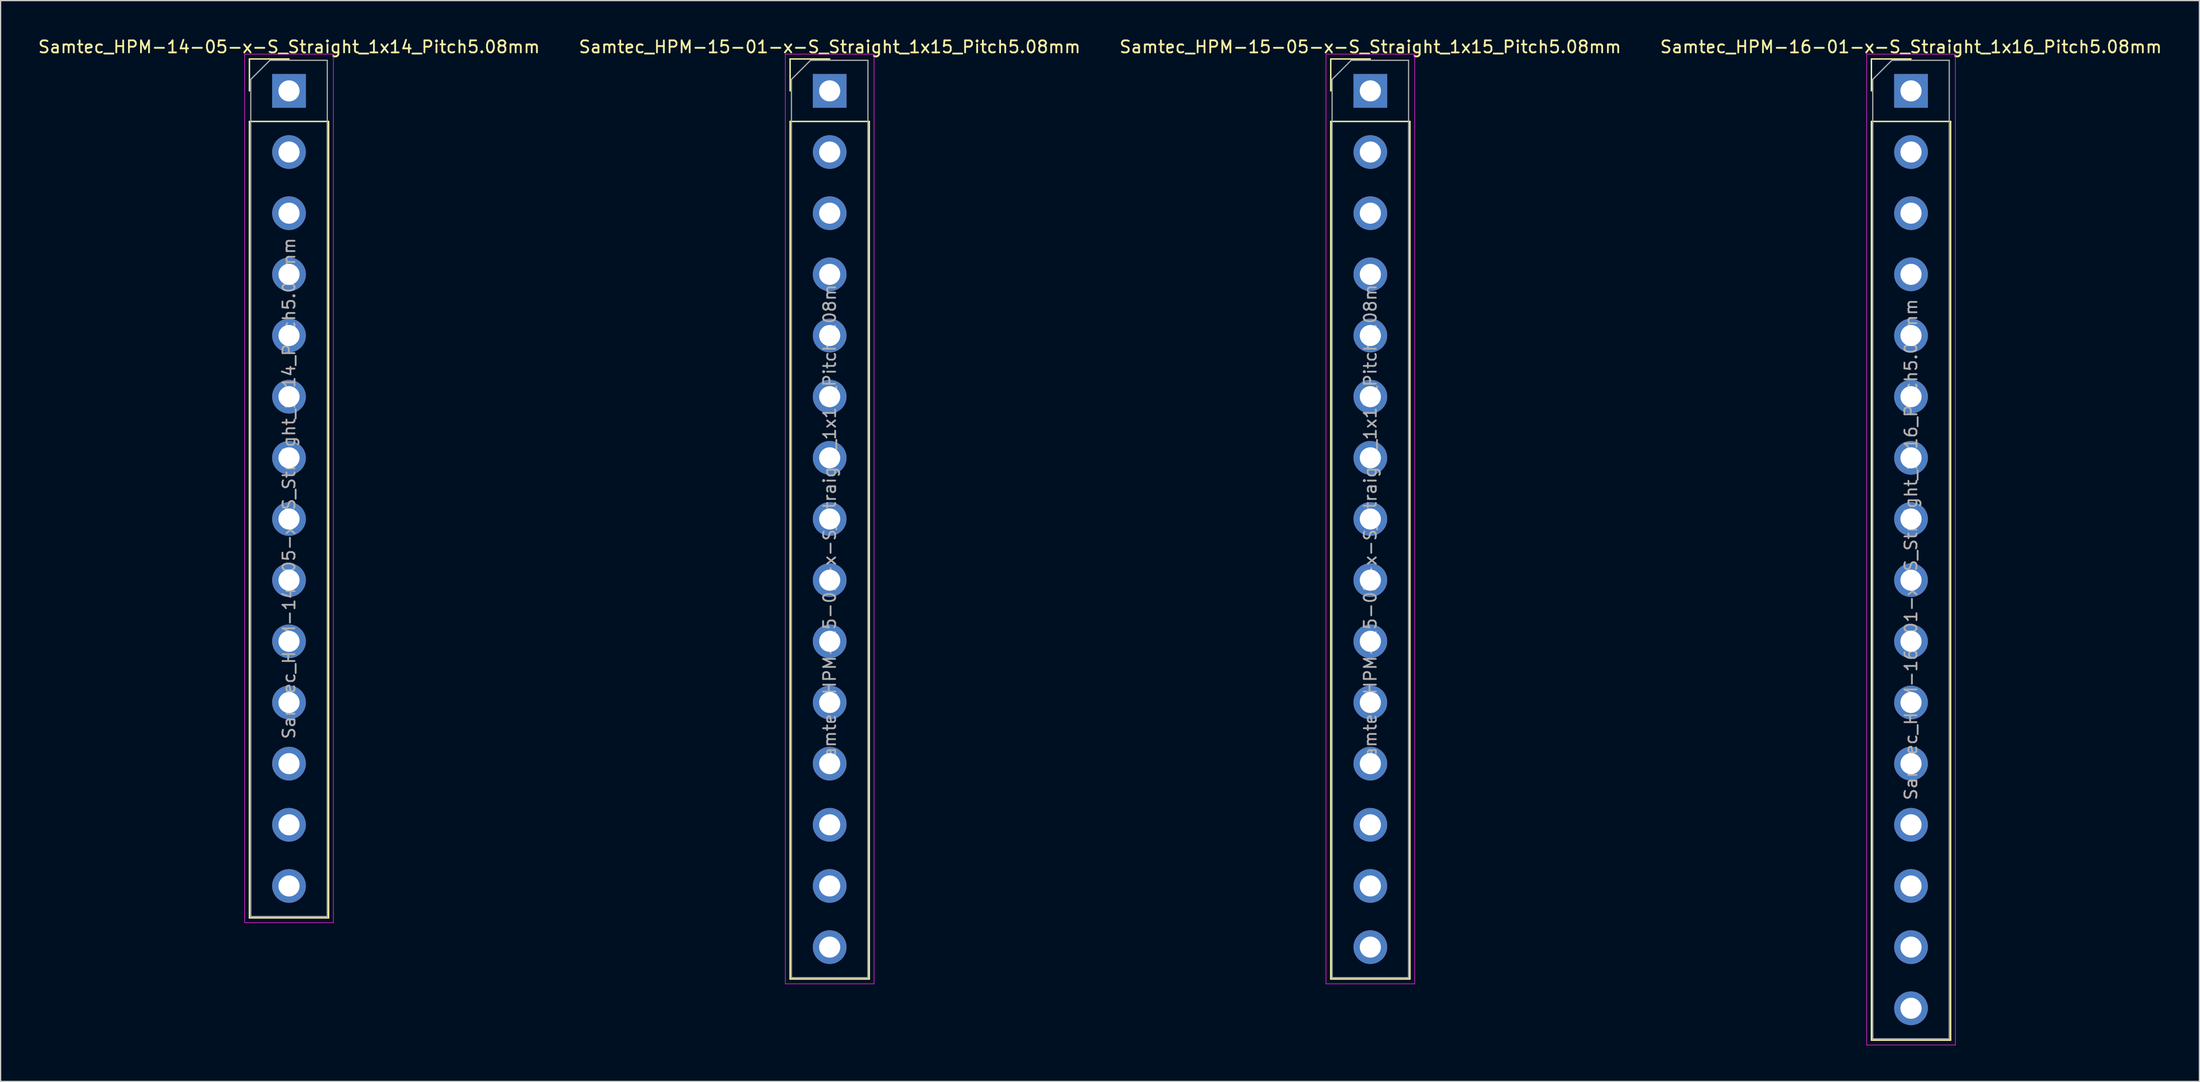
<source format=kicad_pcb>
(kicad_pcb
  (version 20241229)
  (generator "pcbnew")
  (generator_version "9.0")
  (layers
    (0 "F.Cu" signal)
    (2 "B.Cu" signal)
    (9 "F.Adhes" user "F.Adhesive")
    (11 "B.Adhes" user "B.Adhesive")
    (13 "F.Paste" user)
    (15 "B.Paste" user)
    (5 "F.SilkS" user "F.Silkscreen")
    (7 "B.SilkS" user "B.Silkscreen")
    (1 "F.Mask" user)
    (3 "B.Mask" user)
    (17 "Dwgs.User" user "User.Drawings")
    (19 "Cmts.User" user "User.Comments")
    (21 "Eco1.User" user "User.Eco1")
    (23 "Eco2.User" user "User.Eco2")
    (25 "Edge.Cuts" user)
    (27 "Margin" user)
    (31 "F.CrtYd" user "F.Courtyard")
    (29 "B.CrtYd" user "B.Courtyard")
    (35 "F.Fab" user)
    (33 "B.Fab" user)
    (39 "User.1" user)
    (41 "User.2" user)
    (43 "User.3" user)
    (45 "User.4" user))
  (footprint "Samtec_HPM-15-01-x-S_Straight_1x15_Pitch5.08mm"
    (layer "F.Cu")
    (at 65.804 4.498)
    (property "Reference" "Samtec_HPM-15-01-x-S_Straight_1x15_Pitch5.08mm" (at 0 -3.65 0) (layer "F.SilkS") (effects (font (size 1 1) (thickness 0.15))))
    (attr through_hole)
    (fp_line (start -3.285 -2.65) (end 0 -2.65) (stroke (width 0.12) (type solid)) (layer "F.SilkS"))
    (fp_line (start -3.285 0) (end -3.285 -2.65) (stroke (width 0.12) (type solid)) (layer "F.SilkS"))
    (fp_line (start -3.285 2.54) (end -3.285 73.77) (stroke (width 0.12) (type solid)) (layer "F.SilkS"))
    (fp_line (start -3.285 2.54) (end 3.285 2.54) (stroke (width 0.12) (type solid)) (layer "F.SilkS"))
    (fp_line (start -3.285 73.77) (end 3.285 73.77) (stroke (width 0.12) (type solid)) (layer "F.SilkS"))
    (fp_line (start 3.285 2.54) (end 3.285 73.77) (stroke (width 0.12) (type solid)) (layer "F.SilkS"))
    (fp_line (start -3.68 -3.05) (end -3.68 74.17) (stroke (width 0.05) (type solid)) (layer "F.CrtYd"))
    (fp_line (start -3.68 74.17) (end 3.68 74.17) (stroke (width 0.05) (type solid)) (layer "F.CrtYd"))
    (fp_line (start 3.68 -3.05) (end -3.68 -3.05) (stroke (width 0.05) (type solid)) (layer "F.CrtYd"))
    (fp_line (start 3.68 74.17) (end 3.68 -3.05) (stroke (width 0.05) (type solid)) (layer "F.CrtYd"))
    (fp_line (start -3.175 -0.953) (end -1.587 -2.54) (stroke (width 0.1) (type solid)) (layer "F.Fab"))
    (fp_line (start -3.175 73.66) (end -3.175 -0.953) (stroke (width 0.1) (type solid)) (layer "F.Fab"))
    (fp_line (start -1.587 -2.54) (end 3.175 -2.54) (stroke (width 0.1) (type solid)) (layer "F.Fab"))
    (fp_line (start 3.175 -2.54) (end 3.175 73.66) (stroke (width 0.1) (type solid)) (layer "F.Fab"))
    (fp_line (start 3.175 73.66) (end -3.175 73.66) (stroke (width 0.1) (type solid)) (layer "F.Fab"))
    (fp_text user "${REFERENCE}" (at 0 35.56 90) (layer "F.Fab") (effects (font (size 1 1) (thickness 0.15))))
    (pad "1" thru_hole rect (at 0 0) (size 2.8 2.8) (drill 1.75) (layers "*.Cu" "*.Mask"))
    (pad "2" thru_hole circle (at 0 5.08) (size 2.8 2.8) (drill 1.75) (layers "*.Cu" "*.Mask"))
    (pad "3" thru_hole circle (at 0 10.16) (size 2.8 2.8) (drill 1.75) (layers "*.Cu" "*.Mask"))
    (pad "4" thru_hole circle (at 0 15.24) (size 2.8 2.8) (drill 1.75) (layers "*.Cu" "*.Mask"))
    (pad "5" thru_hole circle (at 0 20.32) (size 2.8 2.8) (drill 1.75) (layers "*.Cu" "*.Mask"))
    (pad "6" thru_hole circle (at 0 25.4) (size 2.8 2.8) (drill 1.75) (layers "*.Cu" "*.Mask"))
    (pad "7" thru_hole circle (at 0 30.48) (size 2.8 2.8) (drill 1.75) (layers "*.Cu" "*.Mask"))
    (pad "8" thru_hole circle (at 0 35.56) (size 2.8 2.8) (drill 1.75) (layers "*.Cu" "*.Mask"))
    (pad "9" thru_hole circle (at 0 40.64) (size 2.8 2.8) (drill 1.75) (layers "*.Cu" "*.Mask"))
    (pad "10" thru_hole circle (at 0 45.72) (size 2.8 2.8) (drill 1.75) (layers "*.Cu" "*.Mask"))
    (pad "11" thru_hole circle (at 0 50.8) (size 2.8 2.8) (drill 1.75) (layers "*.Cu" "*.Mask"))
    (pad "12" thru_hole circle (at 0 55.88) (size 2.8 2.8) (drill 1.75) (layers "*.Cu" "*.Mask"))
    (pad "13" thru_hole circle (at 0 60.96) (size 2.8 2.8) (drill 1.75) (layers "*.Cu" "*.Mask"))
    (pad "14" thru_hole circle (at 0 66.04) (size 2.8 2.8) (drill 1.75) (layers "*.Cu" "*.Mask"))
    (pad "15" thru_hole circle (at 0 71.12) (size 2.8 2.8) (drill 1.75) (layers "*.Cu" "*.Mask")))
  (footprint "Samtec_HPM-16-01-x-S_Straight_1x16_Pitch5.08mm"
    (layer "F.Cu")
    (at 155.542 4.498)
    (property "Reference" "Samtec_HPM-16-01-x-S_Straight_1x16_Pitch5.08mm" (at 0 -3.65 0) (layer "F.SilkS") (effects (font (size 1 1) (thickness 0.15))))
    (attr through_hole)
    (fp_line (start -3.285 -2.65) (end 0 -2.65) (stroke (width 0.12) (type solid)) (layer "F.SilkS"))
    (fp_line (start -3.285 0) (end -3.285 -2.65) (stroke (width 0.12) (type solid)) (layer "F.SilkS"))
    (fp_line (start -3.285 2.54) (end -3.285 78.85) (stroke (width 0.12) (type solid)) (layer "F.SilkS"))
    (fp_line (start -3.285 2.54) (end 3.285 2.54) (stroke (width 0.12) (type solid)) (layer "F.SilkS"))
    (fp_line (start -3.285 78.85) (end 3.285 78.85) (stroke (width 0.12) (type solid)) (layer "F.SilkS"))
    (fp_line (start 3.285 2.54) (end 3.285 78.85) (stroke (width 0.12) (type solid)) (layer "F.SilkS"))
    (fp_line (start -3.68 -3.05) (end -3.68 79.25) (stroke (width 0.05) (type solid)) (layer "F.CrtYd"))
    (fp_line (start -3.68 79.25) (end 3.68 79.25) (stroke (width 0.05) (type solid)) (layer "F.CrtYd"))
    (fp_line (start 3.68 -3.05) (end -3.68 -3.05) (stroke (width 0.05) (type solid)) (layer "F.CrtYd"))
    (fp_line (start 3.68 79.25) (end 3.68 -3.05) (stroke (width 0.05) (type solid)) (layer "F.CrtYd"))
    (fp_line (start -3.175 -0.953) (end -1.587 -2.54) (stroke (width 0.1) (type solid)) (layer "F.Fab"))
    (fp_line (start -3.175 78.74) (end -3.175 -0.953) (stroke (width 0.1) (type solid)) (layer "F.Fab"))
    (fp_line (start -1.587 -2.54) (end 3.175 -2.54) (stroke (width 0.1) (type solid)) (layer "F.Fab"))
    (fp_line (start 3.175 -2.54) (end 3.175 78.74) (stroke (width 0.1) (type solid)) (layer "F.Fab"))
    (fp_line (start 3.175 78.74) (end -3.175 78.74) (stroke (width 0.1) (type solid)) (layer "F.Fab"))
    (fp_text user "${REFERENCE}" (at 0 38.1 90) (layer "F.Fab") (effects (font (size 1 1) (thickness 0.15))))
    (pad "1" thru_hole rect (at 0 0) (size 2.8 2.8) (drill 1.75) (layers "*.Cu" "*.Mask"))
    (pad "2" thru_hole circle (at 0 5.08) (size 2.8 2.8) (drill 1.75) (layers "*.Cu" "*.Mask"))
    (pad "3" thru_hole circle (at 0 10.16) (size 2.8 2.8) (drill 1.75) (layers "*.Cu" "*.Mask"))
    (pad "4" thru_hole circle (at 0 15.24) (size 2.8 2.8) (drill 1.75) (layers "*.Cu" "*.Mask"))
    (pad "5" thru_hole circle (at 0 20.32) (size 2.8 2.8) (drill 1.75) (layers "*.Cu" "*.Mask"))
    (pad "6" thru_hole circle (at 0 25.4) (size 2.8 2.8) (drill 1.75) (layers "*.Cu" "*.Mask"))
    (pad "7" thru_hole circle (at 0 30.48) (size 2.8 2.8) (drill 1.75) (layers "*.Cu" "*.Mask"))
    (pad "8" thru_hole circle (at 0 35.56) (size 2.8 2.8) (drill 1.75) (layers "*.Cu" "*.Mask"))
    (pad "9" thru_hole circle (at 0 40.64) (size 2.8 2.8) (drill 1.75) (layers "*.Cu" "*.Mask"))
    (pad "10" thru_hole circle (at 0 45.72) (size 2.8 2.8) (drill 1.75) (layers "*.Cu" "*.Mask"))
    (pad "11" thru_hole circle (at 0 50.8) (size 2.8 2.8) (drill 1.75) (layers "*.Cu" "*.Mask"))
    (pad "12" thru_hole circle (at 0 55.88) (size 2.8 2.8) (drill 1.75) (layers "*.Cu" "*.Mask"))
    (pad "13" thru_hole circle (at 0 60.96) (size 2.8 2.8) (drill 1.75) (layers "*.Cu" "*.Mask"))
    (pad "14" thru_hole circle (at 0 66.04) (size 2.8 2.8) (drill 1.75) (layers "*.Cu" "*.Mask"))
    (pad "15" thru_hole circle (at 0 71.12) (size 2.8 2.8) (drill 1.75) (layers "*.Cu" "*.Mask"))
    (pad "16" thru_hole circle (at 0 76.2) (size 2.8 2.8) (drill 1.75) (layers "*.Cu" "*.Mask")))
  (footprint "Samtec_HPM-15-05-x-S_Straight_1x15_Pitch5.08mm"
    (layer "F.Cu")
    (at 110.673 4.498)
    (property "Reference" "Samtec_HPM-15-05-x-S_Straight_1x15_Pitch5.08mm" (at 0 -3.65 0) (layer "F.SilkS") (effects (font (size 1 1) (thickness 0.15))))
    (attr through_hole)
    (fp_line (start -3.285 -2.65) (end 0 -2.65) (stroke (width 0.12) (type solid)) (layer "F.SilkS"))
    (fp_line (start -3.285 0) (end -3.285 -2.65) (stroke (width 0.12) (type solid)) (layer "F.SilkS"))
    (fp_line (start -3.285 2.54) (end -3.285 73.77) (stroke (width 0.12) (type solid)) (layer "F.SilkS"))
    (fp_line (start -3.285 2.54) (end 3.285 2.54) (stroke (width 0.12) (type solid)) (layer "F.SilkS"))
    (fp_line (start -3.285 73.77) (end 3.285 73.77) (stroke (width 0.12) (type solid)) (layer "F.SilkS"))
    (fp_line (start 3.285 2.54) (end 3.285 73.77) (stroke (width 0.12) (type solid)) (layer "F.SilkS"))
    (fp_line (start -3.68 -3.05) (end -3.68 74.17) (stroke (width 0.05) (type solid)) (layer "F.CrtYd"))
    (fp_line (start -3.68 74.17) (end 3.68 74.17) (stroke (width 0.05) (type solid)) (layer "F.CrtYd"))
    (fp_line (start 3.68 -3.05) (end -3.68 -3.05) (stroke (width 0.05) (type solid)) (layer "F.CrtYd"))
    (fp_line (start 3.68 74.17) (end 3.68 -3.05) (stroke (width 0.05) (type solid)) (layer "F.CrtYd"))
    (fp_line (start -3.175 -0.953) (end -1.587 -2.54) (stroke (width 0.1) (type solid)) (layer "F.Fab"))
    (fp_line (start -3.175 73.66) (end -3.175 -0.953) (stroke (width 0.1) (type solid)) (layer "F.Fab"))
    (fp_line (start -1.587 -2.54) (end 3.175 -2.54) (stroke (width 0.1) (type solid)) (layer "F.Fab"))
    (fp_line (start 3.175 -2.54) (end 3.175 73.66) (stroke (width 0.1) (type solid)) (layer "F.Fab"))
    (fp_line (start 3.175 73.66) (end -3.175 73.66) (stroke (width 0.1) (type solid)) (layer "F.Fab"))
    (fp_text user "${REFERENCE}" (at 0 35.56 90) (layer "F.Fab") (effects (font (size 1 1) (thickness 0.15))))
    (pad "1" thru_hole rect (at 0 0) (size 2.8 2.8) (drill 1.75) (layers "*.Cu" "*.Mask"))
    (pad "2" thru_hole circle (at 0 5.08) (size 2.8 2.8) (drill 1.75) (layers "*.Cu" "*.Mask"))
    (pad "3" thru_hole circle (at 0 10.16) (size 2.8 2.8) (drill 1.75) (layers "*.Cu" "*.Mask"))
    (pad "4" thru_hole circle (at 0 15.24) (size 2.8 2.8) (drill 1.75) (layers "*.Cu" "*.Mask"))
    (pad "5" thru_hole circle (at 0 20.32) (size 2.8 2.8) (drill 1.75) (layers "*.Cu" "*.Mask"))
    (pad "6" thru_hole circle (at 0 25.4) (size 2.8 2.8) (drill 1.75) (layers "*.Cu" "*.Mask"))
    (pad "7" thru_hole circle (at 0 30.48) (size 2.8 2.8) (drill 1.75) (layers "*.Cu" "*.Mask"))
    (pad "8" thru_hole circle (at 0 35.56) (size 2.8 2.8) (drill 1.75) (layers "*.Cu" "*.Mask"))
    (pad "9" thru_hole circle (at 0 40.64) (size 2.8 2.8) (drill 1.75) (layers "*.Cu" "*.Mask"))
    (pad "10" thru_hole circle (at 0 45.72) (size 2.8 2.8) (drill 1.75) (layers "*.Cu" "*.Mask"))
    (pad "11" thru_hole circle (at 0 50.8) (size 2.8 2.8) (drill 1.75) (layers "*.Cu" "*.Mask"))
    (pad "12" thru_hole circle (at 0 55.88) (size 2.8 2.8) (drill 1.75) (layers "*.Cu" "*.Mask"))
    (pad "13" thru_hole circle (at 0 60.96) (size 2.8 2.8) (drill 1.75) (layers "*.Cu" "*.Mask"))
    (pad "14" thru_hole circle (at 0 66.04) (size 2.8 2.8) (drill 1.75) (layers "*.Cu" "*.Mask"))
    (pad "15" thru_hole circle (at 0 71.12) (size 2.8 2.8) (drill 1.75) (layers "*.Cu" "*.Mask")))
  (footprint "Samtec_HPM-14-05-x-S_Straight_1x14_Pitch5.08mm"
    (layer "F.Cu")
    (at 20.935 4.498)
    (property "Reference" "Samtec_HPM-14-05-x-S_Straight_1x14_Pitch5.08mm" (at 0 -3.65 0) (layer "F.SilkS") (effects (font (size 1 1) (thickness 0.15))))
    (attr through_hole)
    (fp_line (start -3.285 -2.65) (end 0 -2.65) (stroke (width 0.12) (type solid)) (layer "F.SilkS"))
    (fp_line (start -3.285 0) (end -3.285 -2.65) (stroke (width 0.12) (type solid)) (layer "F.SilkS"))
    (fp_line (start -3.285 2.54) (end -3.285 68.69) (stroke (width 0.12) (type solid)) (layer "F.SilkS"))
    (fp_line (start -3.285 2.54) (end 3.285 2.54) (stroke (width 0.12) (type solid)) (layer "F.SilkS"))
    (fp_line (start -3.285 68.69) (end 3.285 68.69) (stroke (width 0.12) (type solid)) (layer "F.SilkS"))
    (fp_line (start 3.285 2.54) (end 3.285 68.69) (stroke (width 0.12) (type solid)) (layer "F.SilkS"))
    (fp_line (start -3.68 -3.05) (end -3.68 69.09) (stroke (width 0.05) (type solid)) (layer "F.CrtYd"))
    (fp_line (start -3.68 69.09) (end 3.68 69.09) (stroke (width 0.05) (type solid)) (layer "F.CrtYd"))
    (fp_line (start 3.68 -3.05) (end -3.68 -3.05) (stroke (width 0.05) (type solid)) (layer "F.CrtYd"))
    (fp_line (start 3.68 69.09) (end 3.68 -3.05) (stroke (width 0.05) (type solid)) (layer "F.CrtYd"))
    (fp_line (start -3.175 -0.953) (end -1.587 -2.54) (stroke (width 0.1) (type solid)) (layer "F.Fab"))
    (fp_line (start -3.175 68.58) (end -3.175 -0.953) (stroke (width 0.1) (type solid)) (layer "F.Fab"))
    (fp_line (start -1.587 -2.54) (end 3.175 -2.54) (stroke (width 0.1) (type solid)) (layer "F.Fab"))
    (fp_line (start 3.175 -2.54) (end 3.175 68.58) (stroke (width 0.1) (type solid)) (layer "F.Fab"))
    (fp_line (start 3.175 68.58) (end -3.175 68.58) (stroke (width 0.1) (type solid)) (layer "F.Fab"))
    (fp_text user "${REFERENCE}" (at 0 33.02 90) (layer "F.Fab") (effects (font (size 1 1) (thickness 0.15))))
    (pad "1" thru_hole rect (at 0 0) (size 2.8 2.8) (drill 1.75) (layers "*.Cu" "*.Mask"))
    (pad "2" thru_hole circle (at 0 5.08) (size 2.8 2.8) (drill 1.75) (layers "*.Cu" "*.Mask"))
    (pad "3" thru_hole circle (at 0 10.16) (size 2.8 2.8) (drill 1.75) (layers "*.Cu" "*.Mask"))
    (pad "4" thru_hole circle (at 0 15.24) (size 2.8 2.8) (drill 1.75) (layers "*.Cu" "*.Mask"))
    (pad "5" thru_hole circle (at 0 20.32) (size 2.8 2.8) (drill 1.75) (layers "*.Cu" "*.Mask"))
    (pad "6" thru_hole circle (at 0 25.4) (size 2.8 2.8) (drill 1.75) (layers "*.Cu" "*.Mask"))
    (pad "7" thru_hole circle (at 0 30.48) (size 2.8 2.8) (drill 1.75) (layers "*.Cu" "*.Mask"))
    (pad "8" thru_hole circle (at 0 35.56) (size 2.8 2.8) (drill 1.75) (layers "*.Cu" "*.Mask"))
    (pad "9" thru_hole circle (at 0 40.64) (size 2.8 2.8) (drill 1.75) (layers "*.Cu" "*.Mask"))
    (pad "10" thru_hole circle (at 0 45.72) (size 2.8 2.8) (drill 1.75) (layers "*.Cu" "*.Mask"))
    (pad "11" thru_hole circle (at 0 50.8) (size 2.8 2.8) (drill 1.75) (layers "*.Cu" "*.Mask"))
    (pad "12" thru_hole circle (at 0 55.88) (size 2.8 2.8) (drill 1.75) (layers "*.Cu" "*.Mask"))
    (pad "13" thru_hole circle (at 0 60.96) (size 2.8 2.8) (drill 1.75) (layers "*.Cu" "*.Mask"))
    (pad "14" thru_hole circle (at 0 66.04) (size 2.8 2.8) (drill 1.75) (layers "*.Cu" "*.Mask")))
  (gr_rect
    (start -3 -3)
    (end 179.476 86.773)
    (stroke (width 0.1) (type default))
    (fill no)
    (layer "Edge.Cuts")))
</source>
